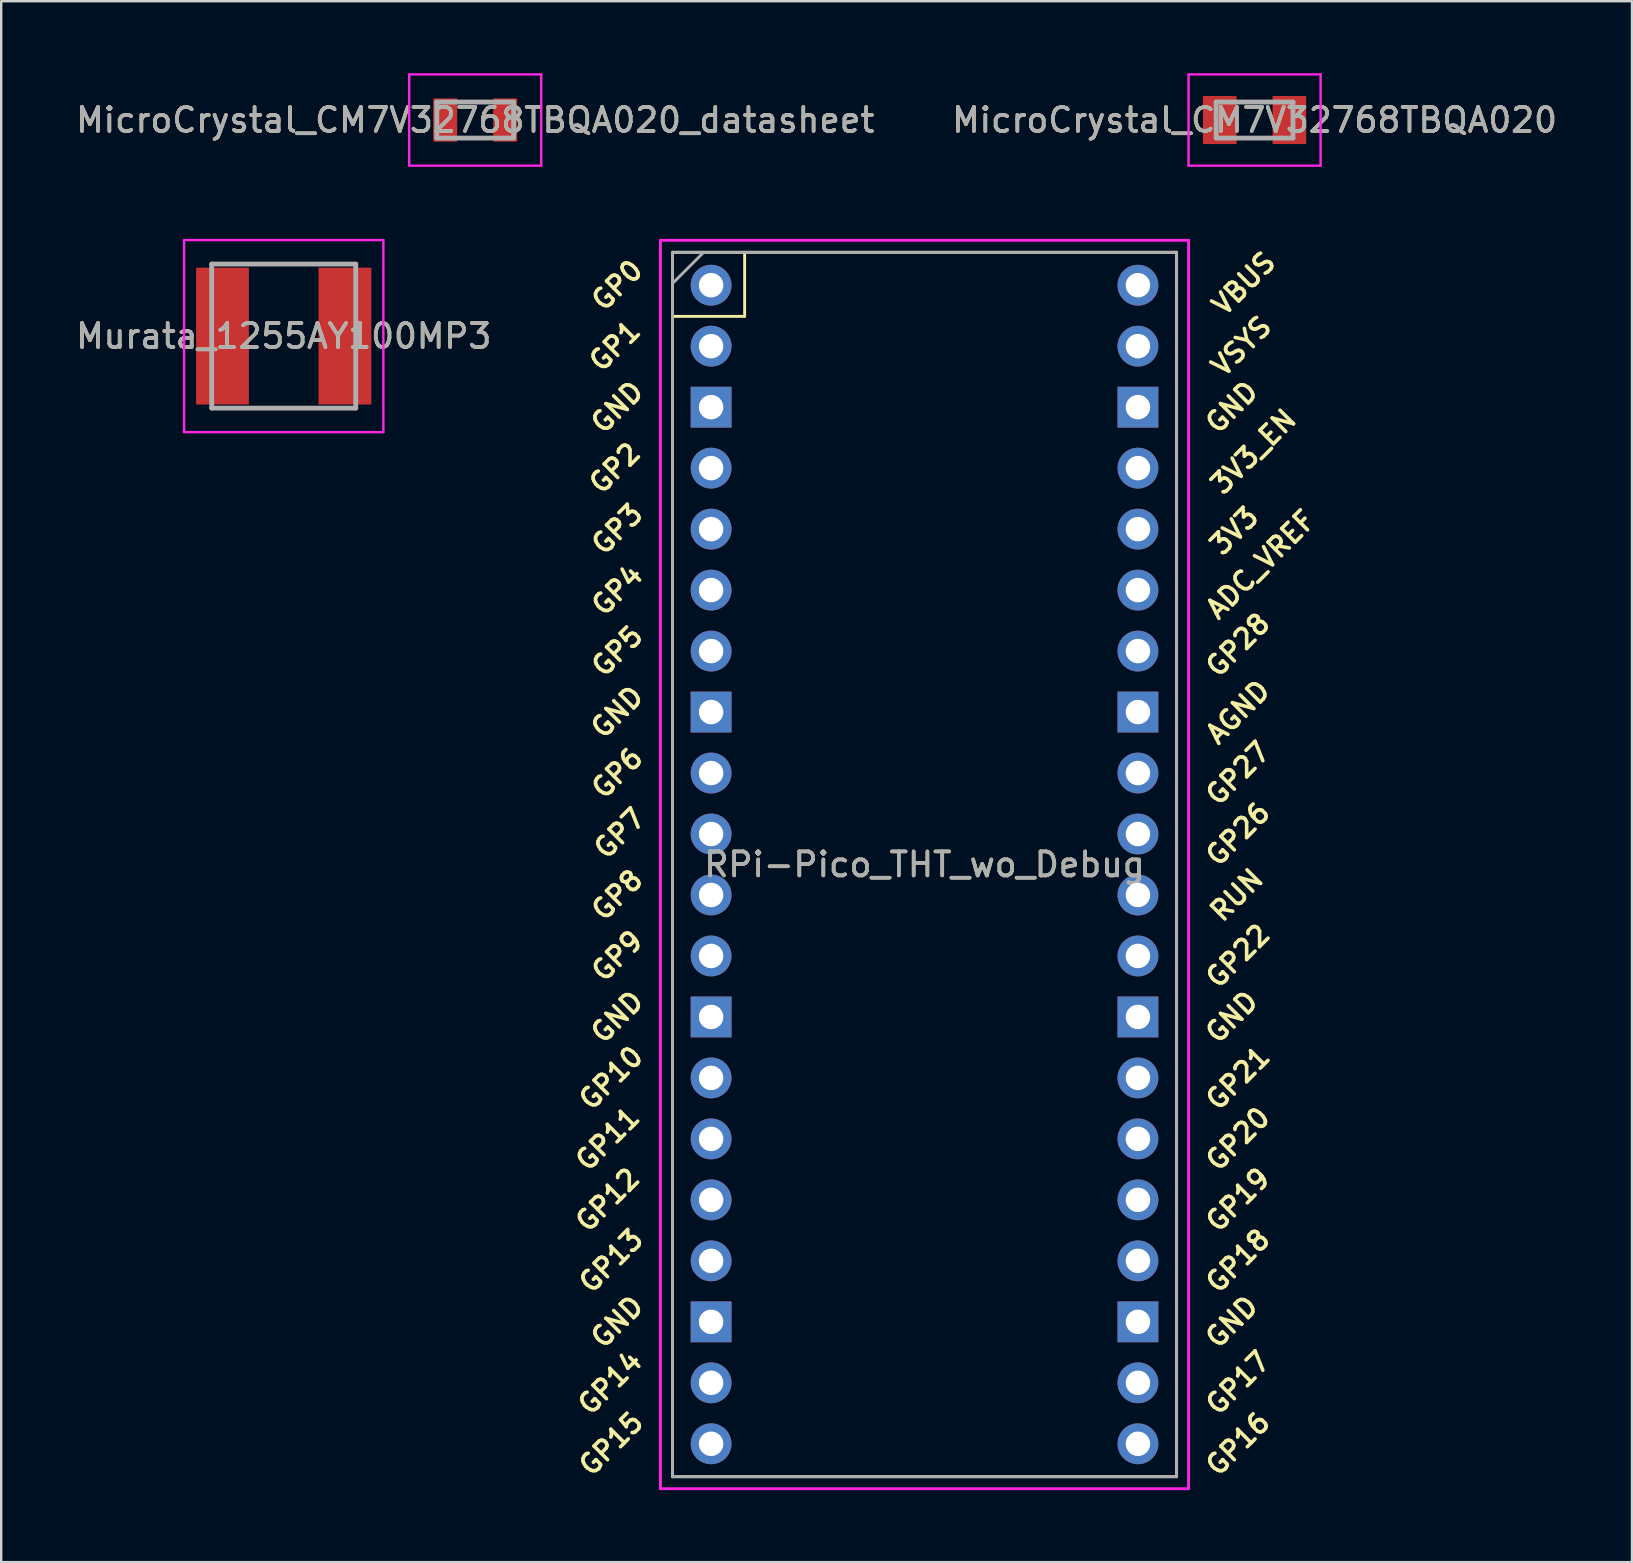
<source format=kicad_pcb>
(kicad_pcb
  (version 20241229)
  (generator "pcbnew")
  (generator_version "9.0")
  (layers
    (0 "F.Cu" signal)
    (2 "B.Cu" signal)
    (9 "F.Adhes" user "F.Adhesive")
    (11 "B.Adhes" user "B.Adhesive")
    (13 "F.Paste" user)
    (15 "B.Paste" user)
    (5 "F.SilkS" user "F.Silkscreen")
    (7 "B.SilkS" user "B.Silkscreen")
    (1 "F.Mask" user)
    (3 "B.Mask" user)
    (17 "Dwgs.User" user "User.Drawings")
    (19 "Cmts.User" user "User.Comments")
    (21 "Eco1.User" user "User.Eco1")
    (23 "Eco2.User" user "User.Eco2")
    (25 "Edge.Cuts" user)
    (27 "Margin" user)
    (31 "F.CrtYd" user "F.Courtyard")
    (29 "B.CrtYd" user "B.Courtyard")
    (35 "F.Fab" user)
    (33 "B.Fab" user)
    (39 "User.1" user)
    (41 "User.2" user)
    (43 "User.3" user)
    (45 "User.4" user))
  (footprint "RPi-Pico_THT_wo_Debug"
    (layer "F.Cu")
    (at 35.46 32.96)
    (property "Reference" "RPi-Pico_THT_wo_Debug" (at 0 0 0) (layer "F.SilkS") (effects (font (size 1 1) (thickness 0.15))))
    (attr through_hole)
    (fp_line (start -10.5 -25.5) (end -10.5 25.5) (stroke (width 0.12) (type solid)) (layer "F.SilkS"))
    (fp_line (start -10.5 -25.5) (end 10.5 -25.5) (stroke (width 0.12) (type solid)) (layer "F.SilkS"))
    (fp_line (start -10.5 -22.833) (end -7.493 -22.833) (stroke (width 0.12) (type solid)) (layer "F.SilkS"))
    (fp_line (start -7.493 -22.833) (end -7.493 -25.5) (stroke (width 0.12) (type solid)) (layer "F.SilkS"))
    (fp_line (start 10.5 -25.5) (end 10.5 25.5) (stroke (width 0.12) (type solid)) (layer "F.SilkS"))
    (fp_line (start 10.5 25.5) (end -10.5 25.5) (stroke (width 0.12) (type solid)) (layer "F.SilkS"))
    (fp_line (start -11 -26) (end 11 -26) (stroke (width 0.12) (type solid)) (layer "F.CrtYd"))
    (fp_line (start -11 26) (end -11 -26) (stroke (width 0.12) (type solid)) (layer "F.CrtYd"))
    (fp_line (start 11 -26) (end 11 26) (stroke (width 0.12) (type solid)) (layer "F.CrtYd"))
    (fp_line (start 11 26) (end -11 26) (stroke (width 0.12) (type solid)) (layer "F.CrtYd"))
    (fp_line (start -10.5 -25.5) (end 10.5 -25.5) (stroke (width 0.12) (type solid)) (layer "F.Fab"))
    (fp_line (start -10.5 -24.2) (end -9.2 -25.5) (stroke (width 0.12) (type solid)) (layer "F.Fab"))
    (fp_line (start -10.5 25.5) (end -10.5 -25.5) (stroke (width 0.12) (type solid)) (layer "F.Fab"))
    (fp_line (start 10.5 -25.5) (end 10.5 25.5) (stroke (width 0.12) (type solid)) (layer "F.Fab"))
    (fp_line (start 10.5 25.5) (end -10.5 25.5) (stroke (width 0.12) (type solid)) (layer "F.Fab"))
    (fp_text user "GP7" (at -12.7 -1.3 45) (layer "F.SilkS") (effects (font (size 0.8 0.8) (thickness 0.15))))
    (fp_text user "GP22" (at 13.054 3.81 45) (layer "F.SilkS") (effects (font (size 0.8 0.8) (thickness 0.15))))
    (fp_text user "GP27" (at 13.054 -3.8 45) (layer "F.SilkS") (effects (font (size 0.8 0.8) (thickness 0.15))))
    (fp_text user "GND" (at 12.8 6.35 45) (layer "F.SilkS") (effects (font (size 0.8 0.8) (thickness 0.15))))
    (fp_text user "GP19" (at 13.054 13.97 45) (layer "F.SilkS") (effects (font (size 0.8 0.8) (thickness 0.15))))
    (fp_text user "GND" (at 12.8 -19.05 45) (layer "F.SilkS") (effects (font (size 0.8 0.8) (thickness 0.15))))
    (fp_text user "GP13" (at -13.054 16.51 45) (layer "F.SilkS") (effects (font (size 0.8 0.8) (thickness 0.15))))
    (fp_text user "GP21" (at 13.054 8.9 45) (layer "F.SilkS") (effects (font (size 0.8 0.8) (thickness 0.15))))
    (fp_text user "3V3_EN" (at 13.7 -17.2 45) (layer "F.SilkS") (effects (font (size 0.8 0.8) (thickness 0.15))))
    (fp_text user "GND" (at -12.8 19.05 45) (layer "F.SilkS") (effects (font (size 0.8 0.8) (thickness 0.15))))
    (fp_text user "GP8" (at -12.8 1.27 45) (layer "F.SilkS") (effects (font (size 0.8 0.8) (thickness 0.15))))
    (fp_text user "GP26" (at 13.054 -1.27 45) (layer "F.SilkS") (effects (font (size 0.8 0.8) (thickness 0.15))))
    (fp_text user "GP5" (at -12.8 -8.89 45) (layer "F.SilkS") (effects (font (size 0.8 0.8) (thickness 0.15))))
    (fp_text user "GP17" (at 13.054 21.59 45) (layer "F.SilkS") (effects (font (size 0.8 0.8) (thickness 0.15))))
    (fp_text user "GP14" (at -13.1 21.59 45) (layer "F.SilkS") (effects (font (size 0.8 0.8) (thickness 0.15))))
    (fp_text user "GP12" (at -13.2 13.97 45) (layer "F.SilkS") (effects (font (size 0.8 0.8) (thickness 0.15))))
    (fp_text user "GND" (at -12.8 -19.05 45) (layer "F.SilkS") (effects (font (size 0.8 0.8) (thickness 0.15))))
    (fp_text user "GP18" (at 13.054 16.51 45) (layer "F.SilkS") (effects (font (size 0.8 0.8) (thickness 0.15))))
    (fp_text user "GND" (at 12.8 19.05 45) (layer "F.SilkS") (effects (font (size 0.8 0.8) (thickness 0.15))))
    (fp_text user "GP16" (at 13.054 24.13 45) (layer "F.SilkS") (effects (font (size 0.8 0.8) (thickness 0.15))))
    (fp_text user "GP6" (at -12.8 -3.81 45) (layer "F.SilkS") (effects (font (size 0.8 0.8) (thickness 0.15))))
    (fp_text user "GP2" (at -12.9 -16.51 45) (layer "F.SilkS") (effects (font (size 0.8 0.8) (thickness 0.15))))
    (fp_text user "GP28" (at 13.054 -9.144 45) (layer "F.SilkS") (effects (font (size 0.8 0.8) (thickness 0.15))))
    (fp_text user "ADC_VREF" (at 14 -12.5 45) (layer "F.SilkS") (effects (font (size 0.8 0.8) (thickness 0.15))))
    (fp_text user "GP11" (at -13.2 11.43 45) (layer "F.SilkS") (effects (font (size 0.8 0.8) (thickness 0.15))))
    (fp_text user "RUN" (at 13 1.27 45) (layer "F.SilkS") (effects (font (size 0.8 0.8) (thickness 0.15))))
    (fp_text user "GP3" (at -12.8 -13.97 45) (layer "F.SilkS") (effects (font (size 0.8 0.8) (thickness 0.15))))
    (fp_text user "GP10" (at -13.054 8.89 45) (layer "F.SilkS") (effects (font (size 0.8 0.8) (thickness 0.15))))
    (fp_text user "GP4" (at -12.8 -11.43 45) (layer "F.SilkS") (effects (font (size 0.8 0.8) (thickness 0.15))))
    (fp_text user "VSYS" (at 13.2 -21.59 45) (layer "F.SilkS") (effects (font (size 0.8 0.8) (thickness 0.15))))
    (fp_text user "GP1" (at -12.9 -21.6 45) (layer "F.SilkS") (effects (font (size 0.8 0.8) (thickness 0.15))))
    (fp_text user "VBUS" (at 13.3 -24.2 45) (layer "F.SilkS") (effects (font (size 0.8 0.8) (thickness 0.15))))
    (fp_text user "GP9" (at -12.8 3.81 45) (layer "F.SilkS") (effects (font (size 0.8 0.8) (thickness 0.15))))
    (fp_text user "GND" (at -12.8 -6.35 45) (layer "F.SilkS") (effects (font (size 0.8 0.8) (thickness 0.15))))
    (fp_text user "AGND" (at 13.054 -6.35 45) (layer "F.SilkS") (effects (font (size 0.8 0.8) (thickness 0.15))))
    (fp_text user "GND" (at -12.8 6.35 45) (layer "F.SilkS") (effects (font (size 0.8 0.8) (thickness 0.15))))
    (fp_text user "GP15" (at -13.054 24.13 45) (layer "F.SilkS") (effects (font (size 0.8 0.8) (thickness 0.15))))
    (fp_text user "GP0" (at -12.8 -24.13 45) (layer "F.SilkS") (effects (font (size 0.8 0.8) (thickness 0.15))))
    (fp_text user "3V3" (at 12.9 -13.9 45) (layer "F.SilkS") (effects (font (size 0.8 0.8) (thickness 0.15))))
    (fp_text user "GP20" (at 13.054 11.43 45) (layer "F.SilkS") (effects (font (size 0.8 0.8) (thickness 0.15))))
    (fp_text user "${REFERENCE}" (at 0 0 180) (layer "F.Fab") (effects (font (size 1 1) (thickness 0.15))))
    (pad "1" thru_hole oval (at -8.89 -24.13) (size 1.7 1.7) (drill 1.02) (layers "*.Cu" "*.Mask"))
    (pad "2" thru_hole oval (at -8.89 -21.59) (size 1.7 1.7) (drill 1.02) (layers "*.Cu" "*.Mask"))
    (pad "3" thru_hole rect (at -8.89 -19.05) (size 1.7 1.7) (drill 1.02) (layers "*.Cu" "*.Mask"))
    (pad "4" thru_hole oval (at -8.89 -16.51) (size 1.7 1.7) (drill 1.02) (layers "*.Cu" "*.Mask"))
    (pad "5" thru_hole oval (at -8.89 -13.97) (size 1.7 1.7) (drill 1.02) (layers "*.Cu" "*.Mask"))
    (pad "6" thru_hole oval (at -8.89 -11.43) (size 1.7 1.7) (drill 1.02) (layers "*.Cu" "*.Mask"))
    (pad "7" thru_hole oval (at -8.89 -8.89) (size 1.7 1.7) (drill 1.02) (layers "*.Cu" "*.Mask"))
    (pad "8" thru_hole rect (at -8.89 -6.35) (size 1.7 1.7) (drill 1.02) (layers "*.Cu" "*.Mask"))
    (pad "9" thru_hole oval (at -8.89 -3.81) (size 1.7 1.7) (drill 1.02) (layers "*.Cu" "*.Mask"))
    (pad "10" thru_hole oval (at -8.89 -1.27) (size 1.7 1.7) (drill 1.02) (layers "*.Cu" "*.Mask"))
    (pad "11" thru_hole oval (at -8.89 1.27) (size 1.7 1.7) (drill 1.02) (layers "*.Cu" "*.Mask"))
    (pad "12" thru_hole oval (at -8.89 3.81) (size 1.7 1.7) (drill 1.02) (layers "*.Cu" "*.Mask"))
    (pad "13" thru_hole rect (at -8.89 6.35) (size 1.7 1.7) (drill 1.02) (layers "*.Cu" "*.Mask"))
    (pad "14" thru_hole oval (at -8.89 8.89) (size 1.7 1.7) (drill 1.02) (layers "*.Cu" "*.Mask"))
    (pad "15" thru_hole oval (at -8.89 11.43) (size 1.7 1.7) (drill 1.02) (layers "*.Cu" "*.Mask"))
    (pad "16" thru_hole oval (at -8.89 13.97) (size 1.7 1.7) (drill 1.02) (layers "*.Cu" "*.Mask"))
    (pad "17" thru_hole oval (at -8.89 16.51) (size 1.7 1.7) (drill 1.02) (layers "*.Cu" "*.Mask"))
    (pad "18" thru_hole rect (at -8.89 19.05) (size 1.7 1.7) (drill 1.02) (layers "*.Cu" "*.Mask"))
    (pad "19" thru_hole oval (at -8.89 21.59) (size 1.7 1.7) (drill 1.02) (layers "*.Cu" "*.Mask"))
    (pad "20" thru_hole oval (at -8.89 24.13) (size 1.7 1.7) (drill 1.02) (layers "*.Cu" "*.Mask"))
    (pad "21" thru_hole oval (at 8.89 24.13) (size 1.7 1.7) (drill 1.02) (layers "*.Cu" "*.Mask"))
    (pad "22" thru_hole oval (at 8.89 21.59) (size 1.7 1.7) (drill 1.02) (layers "*.Cu" "*.Mask"))
    (pad "23" thru_hole rect (at 8.89 19.05) (size 1.7 1.7) (drill 1.02) (layers "*.Cu" "*.Mask"))
    (pad "24" thru_hole oval (at 8.89 16.51) (size 1.7 1.7) (drill 1.02) (layers "*.Cu" "*.Mask"))
    (pad "25" thru_hole oval (at 8.89 13.97) (size 1.7 1.7) (drill 1.02) (layers "*.Cu" "*.Mask"))
    (pad "26" thru_hole oval (at 8.89 11.43) (size 1.7 1.7) (drill 1.02) (layers "*.Cu" "*.Mask"))
    (pad "27" thru_hole oval (at 8.89 8.89) (size 1.7 1.7) (drill 1.02) (layers "*.Cu" "*.Mask"))
    (pad "28" thru_hole rect (at 8.89 6.35) (size 1.7 1.7) (drill 1.02) (layers "*.Cu" "*.Mask"))
    (pad "29" thru_hole oval (at 8.89 3.81) (size 1.7 1.7) (drill 1.02) (layers "*.Cu" "*.Mask"))
    (pad "30" thru_hole oval (at 8.89 1.27) (size 1.7 1.7) (drill 1.02) (layers "*.Cu" "*.Mask"))
    (pad "31" thru_hole oval (at 8.89 -1.27) (size 1.7 1.7) (drill 1.02) (layers "*.Cu" "*.Mask"))
    (pad "32" thru_hole oval (at 8.89 -3.81) (size 1.7 1.7) (drill 1.02) (layers "*.Cu" "*.Mask"))
    (pad "33" thru_hole rect (at 8.89 -6.35) (size 1.7 1.7) (drill 1.02) (layers "*.Cu" "*.Mask"))
    (pad "34" thru_hole oval (at 8.89 -8.89) (size 1.7 1.7) (drill 1.02) (layers "*.Cu" "*.Mask"))
    (pad "35" thru_hole oval (at 8.89 -11.43) (size 1.7 1.7) (drill 1.02) (layers "*.Cu" "*.Mask"))
    (pad "36" thru_hole oval (at 8.89 -13.97) (size 1.7 1.7) (drill 1.02) (layers "*.Cu" "*.Mask"))
    (pad "37" thru_hole oval (at 8.89 -16.51) (size 1.7 1.7) (drill 1.02) (layers "*.Cu" "*.Mask"))
    (pad "38" thru_hole rect (at 8.89 -19.05) (size 1.7 1.7) (drill 1.02) (layers "*.Cu" "*.Mask"))
    (pad "39" thru_hole oval (at 8.89 -21.59) (size 1.7 1.7) (drill 1.02) (layers "*.Cu" "*.Mask"))
    (pad "40" thru_hole oval (at 8.89 -24.13) (size 1.7 1.7) (drill 1.02) (layers "*.Cu" "*.Mask")))
  (footprint "MicroCrystal_CM7V32768TBQA020"
    (layer "F.Cu")
    (at 49.208 1.95)
    (property "Reference" "MicroCrystal_CM7V32768TBQA020" (at 0 0 0) (layer "F.SilkS") (effects (font (size 1 1) (thickness 0.15))))
    (attr smd)
    (fp_line (start -0.5 -0.75) (end 0.5 -0.75) (stroke (width 0.1) (type solid)) (layer "F.SilkS"))
    (fp_line (start -0.5 0.75) (end 0.5 0.75) (stroke (width 0.1) (type solid)) (layer "F.SilkS"))
    (fp_line (start -2.75 -1.9) (end 2.75 -1.9) (stroke (width 0.1) (type solid)) (layer "F.CrtYd"))
    (fp_line (start -2.75 1.9) (end -2.75 -1.9) (stroke (width 0.1) (type solid)) (layer "F.CrtYd"))
    (fp_line (start 2.75 -1.9) (end 2.75 1.9) (stroke (width 0.1) (type solid)) (layer "F.CrtYd"))
    (fp_line (start 2.75 1.9) (end -2.75 1.9) (stroke (width 0.1) (type solid)) (layer "F.CrtYd"))
    (fp_line (start -1.6 -0.75) (end 1.6 -0.75) (stroke (width 0.2) (type solid)) (layer "F.Fab"))
    (fp_line (start -1.6 0.75) (end -1.6 -0.75) (stroke (width 0.2) (type solid)) (layer "F.Fab"))
    (fp_line (start 1.6 -0.75) (end 1.6 0.75) (stroke (width 0.2) (type solid)) (layer "F.Fab"))
    (fp_line (start 1.6 0.75) (end -1.6 0.75) (stroke (width 0.2) (type solid)) (layer "F.Fab"))
    (fp_text user "${REFERENCE}" (at 0 0 0) (layer "F.Fab") (effects (font (size 1 1) (thickness 0.15))))
    (pad "1" smd rect (at -1.45 0) (size 1.4 2) (layers "F.Cu" "F.Mask" "F.Paste"))
    (pad "2" smd rect (at 1.45 0) (size 1.4 2) (layers "F.Cu" "F.Mask" "F.Paste")))
  (footprint "MicroCrystal_CM7V32768TBQA020_datasheet"
    (layer "F.Cu")
    (at 16.744 1.95)
    (property "Reference" "MicroCrystal_CM7V32768TBQA020_datasheet" (at 0 0 0) (layer "F.SilkS") (effects (font (size 1 1) (thickness 0.15))))
    (attr smd)
    (fp_line (start -0.5 -0.75) (end 0.5 -0.75) (stroke (width 0.1) (type solid)) (layer "F.SilkS"))
    (fp_line (start -0.5 0.75) (end 0.5 0.75) (stroke (width 0.1) (type solid)) (layer "F.SilkS"))
    (fp_line (start -2.75 -1.9) (end 2.75 -1.9) (stroke (width 0.1) (type solid)) (layer "F.CrtYd"))
    (fp_line (start -2.75 1.9) (end -2.75 -1.9) (stroke (width 0.1) (type solid)) (layer "F.CrtYd"))
    (fp_line (start 2.75 -1.9) (end 2.75 1.9) (stroke (width 0.1) (type solid)) (layer "F.CrtYd"))
    (fp_line (start 2.75 1.9) (end -2.75 1.9) (stroke (width 0.1) (type solid)) (layer "F.CrtYd"))
    (fp_line (start -1.6 -0.75) (end 1.6 -0.75) (stroke (width 0.2) (type solid)) (layer "F.Fab"))
    (fp_line (start -1.6 0.75) (end -1.6 -0.75) (stroke (width 0.2) (type solid)) (layer "F.Fab"))
    (fp_line (start 1.6 -0.75) (end 1.6 0.75) (stroke (width 0.2) (type solid)) (layer "F.Fab"))
    (fp_line (start 1.6 0.75) (end -1.6 0.75) (stroke (width 0.2) (type solid)) (layer "F.Fab"))
    (fp_text user "${REFERENCE}" (at 0 0 0) (layer "F.Fab") (effects (font (size 1 1) (thickness 0.15))))
    (pad "1" smd rect (at -1.25 0) (size 1 1.8) (layers "F.Cu" "F.Mask" "F.Paste"))
    (pad "2" smd rect (at 1.25 0) (size 1 1.8) (layers "F.Cu" "F.Mask" "F.Paste")))
  (footprint "Murata_1255AY100MP3"
    (layer "F.Cu")
    (at 8.768 10.95)
    (property "Reference" "Murata_1255AY100MP3" (at 0 0 0) (layer "F.SilkS") (effects (font (size 1 1) (thickness 0.15))))
    (attr smd)
    (fp_line (start -1.2 -3) (end 1.2 -3) (stroke (width 0.1) (type solid)) (layer "F.SilkS"))
    (fp_line (start -1.2 3) (end 1.2 3) (stroke (width 0.1) (type solid)) (layer "F.SilkS"))
    (fp_line (start -4.15 -4) (end 4.15 -4) (stroke (width 0.1) (type solid)) (layer "F.CrtYd"))
    (fp_line (start -4.15 4) (end -4.15 -4) (stroke (width 0.1) (type solid)) (layer "F.CrtYd"))
    (fp_line (start 4.15 -4) (end 4.15 4) (stroke (width 0.1) (type solid)) (layer "F.CrtYd"))
    (fp_line (start 4.15 4) (end -4.15 4) (stroke (width 0.1) (type solid)) (layer "F.CrtYd"))
    (fp_line (start -3 -3) (end 3 -3) (stroke (width 0.2) (type solid)) (layer "F.Fab"))
    (fp_line (start -3 3) (end -3 -3) (stroke (width 0.2) (type solid)) (layer "F.Fab"))
    (fp_line (start 3 -3) (end 3 3) (stroke (width 0.2) (type solid)) (layer "F.Fab"))
    (fp_line (start 3 3) (end -3 3) (stroke (width 0.2) (type solid)) (layer "F.Fab"))
    (fp_text user "${REFERENCE}" (at 0 0 0) (layer "F.Fab") (effects (font (size 1 1) (thickness 0.15))))
    (pad "1" smd rect (at -2.55 0) (size 2.2 5.7) (layers "F.Cu" "F.Mask" "F.Paste"))
    (pad "2" smd rect (at 2.55 0) (size 2.2 5.7) (layers "F.Cu" "F.Mask" "F.Paste")))
  (gr_rect
    (start -3 -3)
    (end 64.929 62.02)
    (stroke (width 0.1) (type default))
    (fill no)
    (layer "Edge.Cuts")))
</source>
